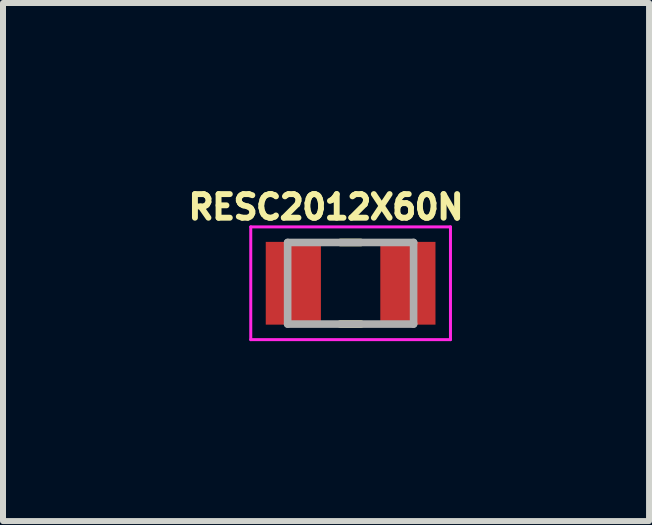
<source format=kicad_pcb>
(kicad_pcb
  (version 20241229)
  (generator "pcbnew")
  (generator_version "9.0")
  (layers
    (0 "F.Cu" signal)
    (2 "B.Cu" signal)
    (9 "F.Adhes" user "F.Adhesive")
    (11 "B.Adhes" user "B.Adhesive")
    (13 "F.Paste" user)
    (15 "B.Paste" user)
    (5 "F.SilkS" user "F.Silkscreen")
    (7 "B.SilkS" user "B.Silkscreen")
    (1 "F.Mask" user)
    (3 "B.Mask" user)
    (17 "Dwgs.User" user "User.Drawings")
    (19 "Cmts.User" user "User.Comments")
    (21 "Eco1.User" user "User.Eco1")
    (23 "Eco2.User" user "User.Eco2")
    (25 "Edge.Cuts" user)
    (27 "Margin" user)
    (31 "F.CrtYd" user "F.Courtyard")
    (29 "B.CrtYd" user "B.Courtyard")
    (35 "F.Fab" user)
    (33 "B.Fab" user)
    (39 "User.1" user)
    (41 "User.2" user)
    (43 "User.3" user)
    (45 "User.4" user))
  (footprint "RESC2012X60N"
    (layer "F.Cu")
    (at 2.796 1.673)
    (property "Reference" "RESC2012X60N" (at -0.41 -1.27 0) (layer "F.SilkS") (effects (font (size 0.394 0.394) (thickness 0.15))))
    (attr smd)
    (fp_line (start -0.17 -0.68) (end 0.17 -0.68) (stroke (width 0.127) (type solid)) (layer "F.SilkS"))
    (fp_line (start -0.17 0.68) (end 0.17 0.68) (stroke (width 0.127) (type solid)) (layer "F.SilkS"))
    (fp_line (start -1.665 -0.94) (end 1.665 -0.94) (stroke (width 0.05) (type solid)) (layer "F.CrtYd"))
    (fp_line (start -1.665 0.94) (end -1.665 -0.94) (stroke (width 0.05) (type solid)) (layer "F.CrtYd"))
    (fp_line (start -1.665 0.94) (end 1.665 0.94) (stroke (width 0.05) (type solid)) (layer "F.CrtYd"))
    (fp_line (start 1.665 0.94) (end 1.665 -0.94) (stroke (width 0.05) (type solid)) (layer "F.CrtYd"))
    (fp_line (start -1.05 0.68) (end -1.05 -0.68) (stroke (width 0.127) (type solid)) (layer "F.Fab"))
    (fp_line (start 1.05 -0.68) (end -1.05 -0.68) (stroke (width 0.127) (type solid)) (layer "F.Fab"))
    (fp_line (start 1.05 0.68) (end -1.05 0.68) (stroke (width 0.127) (type solid)) (layer "F.Fab"))
    (fp_line (start 1.05 0.68) (end 1.05 -0.68) (stroke (width 0.127) (type solid)) (layer "F.Fab"))
    (pad "1" smd rect (at -0.955 0) (size 0.92 1.38) (layers "F.Cu" "F.Mask" "F.Paste"))
    (pad "2" smd rect (at 0.955 0) (size 0.92 1.38) (layers "F.Cu" "F.Mask" "F.Paste")))
  (gr_rect
    (start -3 -3)
    (end 7.772 5.638)
    (stroke (width 0.1) (type default))
    (fill no)
    (layer "Edge.Cuts")))
</source>
